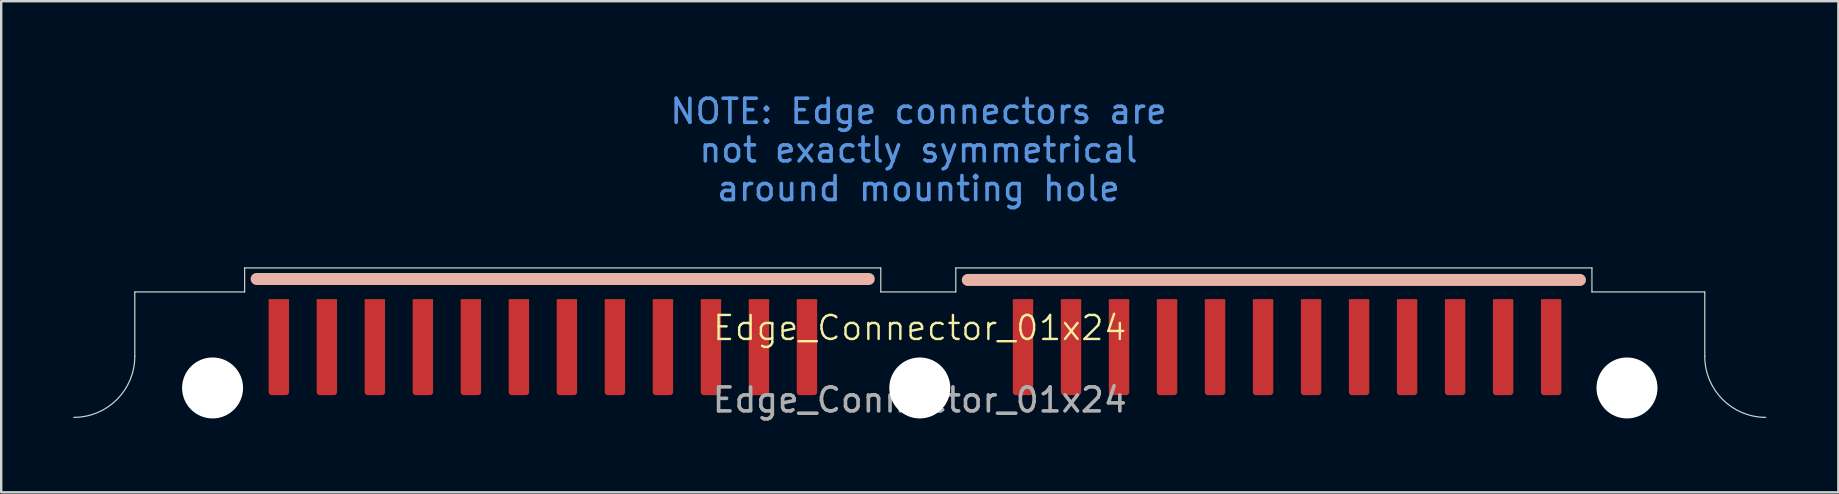
<source format=kicad_pcb>
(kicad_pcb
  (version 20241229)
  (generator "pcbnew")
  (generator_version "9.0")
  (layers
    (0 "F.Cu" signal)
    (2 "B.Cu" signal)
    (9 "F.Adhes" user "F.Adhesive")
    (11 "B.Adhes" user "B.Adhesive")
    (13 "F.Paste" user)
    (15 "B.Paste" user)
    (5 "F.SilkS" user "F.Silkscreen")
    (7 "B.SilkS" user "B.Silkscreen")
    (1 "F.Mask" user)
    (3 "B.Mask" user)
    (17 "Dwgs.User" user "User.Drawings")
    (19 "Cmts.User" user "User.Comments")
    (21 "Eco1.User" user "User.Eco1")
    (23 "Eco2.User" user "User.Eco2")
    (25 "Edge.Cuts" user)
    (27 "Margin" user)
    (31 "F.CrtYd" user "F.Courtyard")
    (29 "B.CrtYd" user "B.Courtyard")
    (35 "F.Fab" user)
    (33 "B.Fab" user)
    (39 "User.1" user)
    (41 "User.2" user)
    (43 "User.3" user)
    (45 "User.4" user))
  (footprint "Edge_Connector_01x24"
    (layer "F.Cu")
    (at 35.265 13.111)
    (property "Reference" "Edge_Connector_01x24" (at 0 -2.5 0) (unlocked yes) (layer "F.SilkS") (effects (font (size 1 1) (thickness 0.1))))
    (attr smd allow_soldermask_bridges)
    (fp_rect (start -32.7 -4) (end 32.7 0) (stroke (width 0.1) (type solid)) (fill yes) (layer "F.Mask"))
    (fp_line (start -27.625 -4.54) (end -2.125 -4.54) (stroke (width 0.5) (type solid)) (layer "B.SilkS"))
    (fp_line (start 2 -4.5) (end 27.5 -4.5) (stroke (width 0.5) (type solid)) (layer "B.SilkS"))
    (fp_line (start -32.7 -4) (end -32.7 -1.315) (stroke (width 0.05) (type solid)) (layer "Edge.Cuts"))
    (fp_line (start -32.7 -4) (end -28.125 -4) (stroke (width 0.05) (type solid)) (layer "Edge.Cuts"))
    (fp_line (start -28.125 -5) (end -28.125 -4) (stroke (width 0.05) (type solid)) (layer "Edge.Cuts"))
    (fp_line (start -28.125 -5) (end -1.625 -5) (stroke (width 0.05) (type solid)) (layer "Edge.Cuts"))
    (fp_line (start -1.625 -5) (end -1.625 -4) (stroke (width 0.05) (type solid)) (layer "Edge.Cuts"))
    (fp_line (start -1.625 -4) (end 1.5 -4) (stroke (width 0.05) (type solid)) (layer "Edge.Cuts"))
    (fp_line (start 1.5 -5) (end 28 -5) (stroke (width 0.05) (type solid)) (layer "Edge.Cuts"))
    (fp_line (start 1.5 -4) (end 1.5 -5) (stroke (width 0.05) (type solid)) (layer "Edge.Cuts"))
    (fp_line (start 28 -5) (end 28 -4) (stroke (width 0.05) (type solid)) (layer "Edge.Cuts"))
    (fp_line (start 32.7 -4) (end 28 -4) (stroke (width 0.05) (type solid)) (layer "Edge.Cuts"))
    (fp_line (start 32.7 -1.315) (end 32.7 -4) (stroke (width 0.05) (type solid)) (layer "Edge.Cuts"))
    (fp_arc (start -32.7 -1.315) (mid -33.443949 0.481051) (end -35.24 1.225) (stroke (width 0.05) (type default)) (layer "Edge.Cuts"))
    (fp_arc (start 35.24 1.225) (mid 33.443949 0.481051) (end 32.7 -1.315) (stroke (width 0.05) (type default)) (layer "Edge.Cuts"))
    (fp_text user "${REFERENCE}" (at 0 0.5 0) (unlocked yes) (layer "F.Fab") (effects (font (size 1 1) (thickness 0.15))))
    (fp_text_box "NOTE: Edge connectors are not exactly symmetrical around mounting hole" (start -12.753 -13.111) (end 12.647 -6.761) (margins 1.002 1.002 1.002 1.002) (layer "Cmts.User") (effects (font (size 1 1) (thickness 0.15)) (justify top)) (border no) (stroke (width 0) (type solid)))
    (pad "" np_thru_hole circle (at -29.46 0) (size 2.54 2.54) (drill 2.54) (layers "*.Cu" "*.Mask"))
    (pad "" np_thru_hole circle (at 0 0) (size 2.54 2.54) (drill 2.54) (layers "*.Cu" "*.Mask"))
    (pad "" np_thru_hole circle (at 29.46 0) (size 2.54 2.54) (drill 2.54) (layers "*.Cu" "*.Mask"))
    (pad "1" smd roundrect (at -26.7 -2) (size 0.85 4) (drill (offset 0 0.3)) (layers "F.Cu") (roundrect_rratio 0.15) (chamfer_ratio 0) (chamfer top_left top_right))
    (pad "2" smd roundrect (at -24.7 -2) (size 0.85 4) (drill (offset 0 0.3)) (layers "F.Cu") (roundrect_rratio 0.15) (chamfer_ratio 0) (chamfer top_left top_right))
    (pad "3" smd roundrect (at -22.7 -2) (size 0.85 4) (drill (offset 0 0.3)) (layers "F.Cu") (roundrect_rratio 0.15) (chamfer_ratio 0) (chamfer top_left top_right))
    (pad "4" smd roundrect (at -20.7 -2) (size 0.85 4) (drill (offset 0 0.3)) (layers "F.Cu") (roundrect_rratio 0.15) (chamfer_ratio 0) (chamfer top_left top_right))
    (pad "5" smd roundrect (at -18.7 -2) (size 0.85 4) (drill (offset 0 0.3)) (layers "F.Cu") (roundrect_rratio 0.15) (chamfer_ratio 0) (chamfer top_left top_right))
    (pad "6" smd roundrect (at -16.7 -2) (size 0.85 4) (drill (offset 0 0.3)) (layers "F.Cu") (roundrect_rratio 0.15) (chamfer_ratio 0) (chamfer top_left top_right))
    (pad "7" smd roundrect (at -14.7 -2) (size 0.85 4) (drill (offset 0 0.3)) (layers "F.Cu") (roundrect_rratio 0.15) (chamfer_ratio 0) (chamfer top_left top_right))
    (pad "8" smd roundrect (at -12.7 -2) (size 0.85 4) (drill (offset 0 0.3)) (layers "F.Cu") (roundrect_rratio 0.15) (chamfer_ratio 0) (chamfer top_left top_right))
    (pad "9" smd roundrect (at -10.7 -2) (size 0.85 4) (drill (offset 0 0.3)) (layers "F.Cu") (roundrect_rratio 0.15) (chamfer_ratio 0) (chamfer top_left top_right))
    (pad "10" smd roundrect (at -8.7 -2) (size 0.85 4) (drill (offset 0 0.3)) (layers "F.Cu") (roundrect_rratio 0.15) (chamfer_ratio 0) (chamfer top_left top_right))
    (pad "11" smd roundrect (at -6.7 -2) (size 0.85 4) (drill (offset 0 0.3)) (layers "F.Cu") (roundrect_rratio 0.15) (chamfer_ratio 0) (chamfer top_left top_right))
    (pad "12" smd roundrect (at -4.7 -1.7) (size 0.85 4) (layers "F.Cu") (roundrect_rratio 0.15) (chamfer_ratio 0) (chamfer top_left top_right))
    (pad "13" smd roundrect (at 4.3 -2) (size 0.85 4) (drill (offset 0 0.3)) (layers "F.Cu") (roundrect_rratio 0.15) (chamfer_ratio 0) (chamfer top_left top_right))
    (pad "14" smd roundrect (at 6.3 -2) (size 0.85 4) (drill (offset 0 0.3)) (layers "F.Cu") (roundrect_rratio 0.15) (chamfer_ratio 0) (chamfer top_left top_right))
    (pad "15" smd roundrect (at 8.3 -2) (size 0.85 4) (drill (offset 0 0.3)) (layers "F.Cu") (roundrect_rratio 0.15) (chamfer_ratio 0) (chamfer top_left top_right))
    (pad "16" smd roundrect (at 10.3 -2) (size 0.85 4) (drill (offset 0 0.3)) (layers "F.Cu") (roundrect_rratio 0.15) (chamfer_ratio 0) (chamfer top_left top_right))
    (pad "17" smd roundrect (at 12.3 -2) (size 0.85 4) (drill (offset 0 0.3)) (layers "F.Cu") (roundrect_rratio 0.15) (chamfer_ratio 0) (chamfer top_left top_right))
    (pad "18" smd roundrect (at 14.3 -2) (size 0.85 4) (drill (offset 0 0.3)) (layers "F.Cu") (roundrect_rratio 0.15) (chamfer_ratio 0) (chamfer top_left top_right))
    (pad "19" smd roundrect (at 16.3 -2) (size 0.85 4) (drill (offset 0 0.3)) (layers "F.Cu") (roundrect_rratio 0.15) (chamfer_ratio 0) (chamfer top_left top_right))
    (pad "20" smd roundrect (at 18.3 -2) (size 0.85 4) (drill (offset 0 0.3)) (layers "F.Cu") (roundrect_rratio 0.15) (chamfer_ratio 0) (chamfer top_left top_right))
    (pad "21" smd roundrect (at 20.3 -2) (size 0.85 4) (drill (offset 0 0.3)) (layers "F.Cu") (roundrect_rratio 0.15) (chamfer_ratio 0) (chamfer top_left top_right))
    (pad "22" smd roundrect (at 22.3 -2) (size 0.85 4) (drill (offset 0 0.3)) (layers "F.Cu") (roundrect_rratio 0.15) (chamfer_ratio 0) (chamfer top_left top_right))
    (pad "23" smd roundrect (at 24.3 -2) (size 0.85 4) (drill (offset 0 0.3)) (layers "F.Cu") (roundrect_rratio 0.15) (chamfer_ratio 0) (chamfer top_left top_right))
    (pad "24" smd roundrect (at 26.3 -1.7) (size 0.85 4) (layers "F.Cu") (roundrect_rratio 0.15) (chamfer_ratio 0) (chamfer top_left top_right))
    (zone (net_name "") (layer "F.Cu") (hatch edge 0.5) (connect_pads) (min_thickness 0.25) (filled_areas_thickness no) (keepout (tracks allowed) (vias not_allowed) (pads allowed) (copperpour not_allowed) (footprints allowed)) (placement (enabled no)) (fill) (polygon (pts (xy 2.351 9.111) (xy 68.121 9.111) (xy 68.121 13.111) (xy 2.351 13.111)))))
  (gr_rect
    (start -3 -3)
    (end 73.53 17.459)
    (stroke (width 0.1) (type default))
    (fill no)
    (layer "Edge.Cuts")))
</source>
